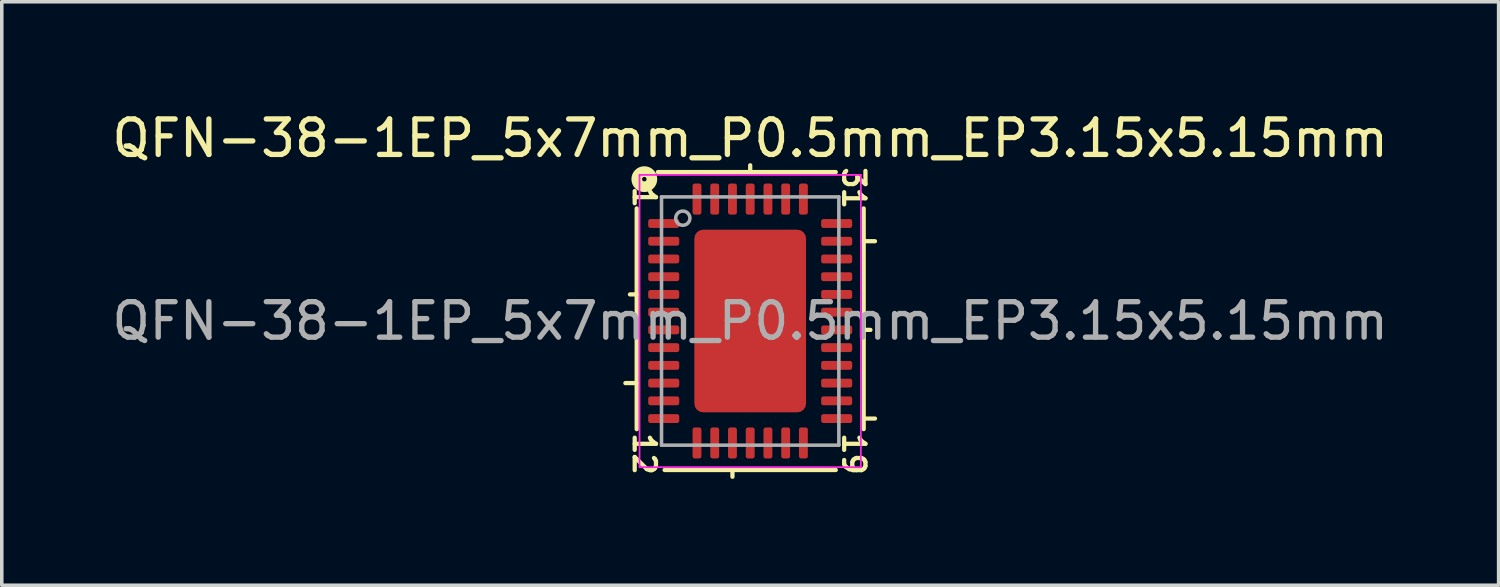
<source format=kicad_pcb>
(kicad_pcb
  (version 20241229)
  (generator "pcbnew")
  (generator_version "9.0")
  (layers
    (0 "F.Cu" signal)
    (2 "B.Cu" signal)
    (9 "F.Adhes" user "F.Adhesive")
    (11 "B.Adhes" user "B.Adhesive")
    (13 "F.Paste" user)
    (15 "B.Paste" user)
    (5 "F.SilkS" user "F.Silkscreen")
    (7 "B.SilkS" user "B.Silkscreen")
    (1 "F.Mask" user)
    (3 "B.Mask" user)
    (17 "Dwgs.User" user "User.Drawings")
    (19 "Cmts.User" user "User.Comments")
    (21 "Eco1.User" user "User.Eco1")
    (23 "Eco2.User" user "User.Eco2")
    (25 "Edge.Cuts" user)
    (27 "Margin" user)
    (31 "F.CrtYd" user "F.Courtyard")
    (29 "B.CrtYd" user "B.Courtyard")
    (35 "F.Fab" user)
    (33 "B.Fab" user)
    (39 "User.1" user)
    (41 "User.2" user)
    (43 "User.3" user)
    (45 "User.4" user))
  (footprint "QFN-38-1EP_5x7mm_P0.5mm_EP3.15x5.15mm"
    (layer "F.Cu")
    (at 18.101 6.001)
    (property "Reference" "QFN-38-1EP_5x7mm_P0.5mm_EP3.15x5.15mm" (at 0 -5.152 0) (layer "F.SilkS") (effects (font (size 1 1) (thickness 0.15))))
    (attr smd)
    (fp_line (start -3.2 -3.175) (end -3.2 3.048) (stroke (width 0.12) (type solid)) (layer "F.SilkS"))
    (fp_line (start -3.2 -0.75) (end -3.39 -0.75) (stroke (width 0.12) (type solid)) (layer "F.SilkS"))
    (fp_line (start -3.2 1.75) (end -3.518 1.75) (stroke (width 0.12) (type solid)) (layer "F.SilkS"))
    (fp_line (start -2.413 4.2) (end 2.413 4.2) (stroke (width 0.12) (type solid)) (layer "F.SilkS"))
    (fp_line (start -0.5 4.2) (end -0.5 4.391) (stroke (width 0.12) (type solid)) (layer "F.SilkS"))
    (fp_line (start 0 -4.2) (end 0 -4.391) (stroke (width 0.12) (type solid)) (layer "F.SilkS"))
    (fp_line (start 2.413 -4.2) (end -2.603 -4.2) (stroke (width 0.12) (type solid)) (layer "F.SilkS"))
    (fp_line (start 3.2 -2.25) (end 3.518 -2.25) (stroke (width 0.12) (type solid)) (layer "F.SilkS"))
    (fp_line (start 3.2 0.25) (end 3.39 0.25) (stroke (width 0.12) (type solid)) (layer "F.SilkS"))
    (fp_line (start 3.2 2.75) (end 3.518 2.75) (stroke (width 0.12) (type solid)) (layer "F.SilkS"))
    (fp_line (start 3.2 3.048) (end 3.2 -3.175) (stroke (width 0.12) (type solid)) (layer "F.SilkS"))
    (fp_circle (center -2.985 -4) (end -2.921 -4) (stroke (width 0.3) (type solid)) (fill no) (layer "F.SilkS"))
    (fp_line (start -3.12 -4.12) (end -3.12 4.12) (stroke (width 0.05) (type solid)) (layer "F.CrtYd"))
    (fp_line (start -3.12 4.12) (end 3.12 4.12) (stroke (width 0.05) (type solid)) (layer "F.CrtYd"))
    (fp_line (start 3.12 -4.12) (end -3.12 -4.12) (stroke (width 0.05) (type solid)) (layer "F.CrtYd"))
    (fp_line (start 3.12 4.12) (end 3.12 -4.12) (stroke (width 0.05) (type solid)) (layer "F.CrtYd"))
    (fp_line (start -2.5 -3.5) (end 2.5 -3.5) (stroke (width 0.1) (type solid)) (layer "F.Fab"))
    (fp_line (start -2.5 3.5) (end -2.5 -3.5) (stroke (width 0.1) (type solid)) (layer "F.Fab"))
    (fp_line (start 2.5 -3.5) (end 2.5 3.5) (stroke (width 0.1) (type solid)) (layer "F.Fab"))
    (fp_line (start 2.5 3.5) (end -2.5 3.5) (stroke (width 0.1) (type solid)) (layer "F.Fab"))
    (fp_circle (center -1.9 -2.9) (end -1.7 -2.9) (stroke (width 0.1) (type solid)) (fill no) (layer "F.Fab"))
    (fp_text user "19" (at 2.921 3.747 270) (unlocked yes) (layer "F.SilkS") (effects (font (size 0.6 0.6) (thickness 0.12))))
    (fp_text user "31" (at 2.921 -3.747 270) (unlocked yes) (layer "F.SilkS") (effects (font (size 0.6 0.6) (thickness 0.12))))
    (fp_text user "12" (at -2.985 3.747 270) (unlocked yes) (layer "F.SilkS") (effects (font (size 0.6 0.6) (thickness 0.12))))
    (fp_text user "1" (at -2.985 -3.493 270) (unlocked yes) (layer "F.SilkS") (effects (font (size 0.6 0.6) (thickness 0.12))))
    (fp_text user "${REFERENCE}" (at 0 0 0) (layer "F.Fab") (effects (font (size 1 1) (thickness 0.15))))
    (pad "" smd roundrect (at -1.05 -2.06) (size 0.85 0.83) (layers "F.Paste") (roundrect_rratio 0.25))
    (pad "" smd roundrect (at -1.05 -1.03) (size 0.85 0.83) (layers "F.Paste") (roundrect_rratio 0.25))
    (pad "" smd roundrect (at -1.05 0) (size 0.85 0.83) (layers "F.Paste") (roundrect_rratio 0.25))
    (pad "" smd roundrect (at -1.05 1.03) (size 0.85 0.83) (layers "F.Paste") (roundrect_rratio 0.25))
    (pad "" smd roundrect (at -1.05 2.06) (size 0.85 0.83) (layers "F.Paste") (roundrect_rratio 0.25))
    (pad "" smd roundrect (at 0 -2.06) (size 0.85 0.83) (layers "F.Paste") (roundrect_rratio 0.25))
    (pad "" smd roundrect (at 0 -1.03) (size 0.85 0.83) (layers "F.Paste") (roundrect_rratio 0.25))
    (pad "" smd roundrect (at 0 0) (size 0.85 0.83) (layers "F.Paste") (roundrect_rratio 0.25))
    (pad "" smd roundrect (at 0 1.03) (size 0.85 0.83) (layers "F.Paste") (roundrect_rratio 0.25))
    (pad "" smd roundrect (at 0 2.06) (size 0.85 0.83) (layers "F.Paste") (roundrect_rratio 0.25))
    (pad "" smd roundrect (at 1.05 -2.06) (size 0.85 0.83) (layers "F.Paste") (roundrect_rratio 0.25))
    (pad "" smd roundrect (at 1.05 -1.03) (size 0.85 0.83) (layers "F.Paste") (roundrect_rratio 0.25))
    (pad "" smd roundrect (at 1.05 0) (size 0.85 0.83) (layers "F.Paste") (roundrect_rratio 0.25))
    (pad "" smd roundrect (at 1.05 1.03) (size 0.85 0.83) (layers "F.Paste") (roundrect_rratio 0.25))
    (pad "" smd roundrect (at 1.05 2.06) (size 0.85 0.83) (layers "F.Paste") (roundrect_rratio 0.25))
    (pad "1" smd roundrect (at -2.438 -2.75) (size 0.875 0.25) (layers "F.Cu" "F.Mask" "F.Paste") (roundrect_rratio 0.25))
    (pad "2" smd roundrect (at -2.438 -2.25) (size 0.875 0.25) (layers "F.Cu" "F.Mask" "F.Paste") (roundrect_rratio 0.25))
    (pad "3" smd roundrect (at -2.438 -1.75) (size 0.875 0.25) (layers "F.Cu" "F.Mask" "F.Paste") (roundrect_rratio 0.25))
    (pad "4" smd roundrect (at -2.438 -1.25) (size 0.875 0.25) (layers "F.Cu" "F.Mask" "F.Paste") (roundrect_rratio 0.25))
    (pad "5" smd roundrect (at -2.438 -0.75) (size 0.875 0.25) (layers "F.Cu" "F.Mask" "F.Paste") (roundrect_rratio 0.25))
    (pad "6" smd roundrect (at -2.438 -0.25) (size 0.875 0.25) (layers "F.Cu" "F.Mask" "F.Paste") (roundrect_rratio 0.25))
    (pad "7" smd roundrect (at -2.438 0.25) (size 0.875 0.25) (layers "F.Cu" "F.Mask" "F.Paste") (roundrect_rratio 0.25))
    (pad "8" smd roundrect (at -2.438 0.75) (size 0.875 0.25) (layers "F.Cu" "F.Mask" "F.Paste") (roundrect_rratio 0.25))
    (pad "9" smd roundrect (at -2.438 1.25) (size 0.875 0.25) (layers "F.Cu" "F.Mask" "F.Paste") (roundrect_rratio 0.25))
    (pad "10" smd roundrect (at -2.438 1.75) (size 0.875 0.25) (layers "F.Cu" "F.Mask" "F.Paste") (roundrect_rratio 0.25))
    (pad "11" smd roundrect (at -2.438 2.25) (size 0.875 0.25) (layers "F.Cu" "F.Mask" "F.Paste") (roundrect_rratio 0.25))
    (pad "12" smd roundrect (at -2.438 2.75) (size 0.875 0.25) (layers "F.Cu" "F.Mask" "F.Paste") (roundrect_rratio 0.25))
    (pad "13" smd roundrect (at -1.5 3.438) (size 0.25 0.875) (layers "F.Cu" "F.Mask" "F.Paste") (roundrect_rratio 0.25))
    (pad "14" smd roundrect (at -1 3.438) (size 0.25 0.875) (layers "F.Cu" "F.Mask" "F.Paste") (roundrect_rratio 0.25))
    (pad "15" smd roundrect (at -0.5 3.438) (size 0.25 0.875) (layers "F.Cu" "F.Mask" "F.Paste") (roundrect_rratio 0.25))
    (pad "16" smd roundrect (at 0 3.438) (size 0.25 0.875) (layers "F.Cu" "F.Mask" "F.Paste") (roundrect_rratio 0.25))
    (pad "17" smd roundrect (at 0.5 3.438) (size 0.25 0.875) (layers "F.Cu" "F.Mask" "F.Paste") (roundrect_rratio 0.25))
    (pad "18" smd roundrect (at 1 3.438) (size 0.25 0.875) (layers "F.Cu" "F.Mask" "F.Paste") (roundrect_rratio 0.25))
    (pad "19" smd roundrect (at 1.5 3.438) (size 0.25 0.875) (layers "F.Cu" "F.Mask" "F.Paste") (roundrect_rratio 0.25))
    (pad "20" smd roundrect (at 2.438 2.75) (size 0.875 0.25) (layers "F.Cu" "F.Mask" "F.Paste") (roundrect_rratio 0.25))
    (pad "21" smd roundrect (at 2.438 2.25) (size 0.875 0.25) (layers "F.Cu" "F.Mask" "F.Paste") (roundrect_rratio 0.25))
    (pad "22" smd roundrect (at 2.438 1.75) (size 0.875 0.25) (layers "F.Cu" "F.Mask" "F.Paste") (roundrect_rratio 0.25))
    (pad "23" smd roundrect (at 2.438 1.25) (size 0.875 0.25) (layers "F.Cu" "F.Mask" "F.Paste") (roundrect_rratio 0.25))
    (pad "24" smd roundrect (at 2.438 0.75) (size 0.875 0.25) (layers "F.Cu" "F.Mask" "F.Paste") (roundrect_rratio 0.25))
    (pad "25" smd roundrect (at 2.438 0.25) (size 0.875 0.25) (layers "F.Cu" "F.Mask" "F.Paste") (roundrect_rratio 0.25))
    (pad "26" smd roundrect (at 2.438 -0.25) (size 0.875 0.25) (layers "F.Cu" "F.Mask" "F.Paste") (roundrect_rratio 0.25))
    (pad "27" smd roundrect (at 2.438 -0.75) (size 0.875 0.25) (layers "F.Cu" "F.Mask" "F.Paste") (roundrect_rratio 0.25))
    (pad "28" smd roundrect (at 2.438 -1.25) (size 0.875 0.25) (layers "F.Cu" "F.Mask" "F.Paste") (roundrect_rratio 0.25))
    (pad "29" smd roundrect (at 2.438 -1.75) (size 0.875 0.25) (layers "F.Cu" "F.Mask" "F.Paste") (roundrect_rratio 0.25))
    (pad "30" smd roundrect (at 2.438 -2.25) (size 0.875 0.25) (layers "F.Cu" "F.Mask" "F.Paste") (roundrect_rratio 0.25))
    (pad "31" smd roundrect (at 2.438 -2.75) (size 0.875 0.25) (layers "F.Cu" "F.Mask" "F.Paste") (roundrect_rratio 0.25))
    (pad "32" smd roundrect (at 1.5 -3.438) (size 0.25 0.875) (layers "F.Cu" "F.Mask" "F.Paste") (roundrect_rratio 0.25))
    (pad "33" smd roundrect (at 1 -3.438) (size 0.25 0.875) (layers "F.Cu" "F.Mask" "F.Paste") (roundrect_rratio 0.25))
    (pad "34" smd roundrect (at 0.5 -3.438) (size 0.25 0.875) (layers "F.Cu" "F.Mask" "F.Paste") (roundrect_rratio 0.25))
    (pad "35" smd roundrect (at 0 -3.438) (size 0.25 0.875) (layers "F.Cu" "F.Mask" "F.Paste") (roundrect_rratio 0.25))
    (pad "36" smd roundrect (at -0.5 -3.438) (size 0.25 0.875) (layers "F.Cu" "F.Mask" "F.Paste") (roundrect_rratio 0.25))
    (pad "37" smd roundrect (at -1 -3.438) (size 0.25 0.875) (layers "F.Cu" "F.Mask" "F.Paste") (roundrect_rratio 0.25))
    (pad "38" smd roundrect (at -1.5 -3.438) (size 0.25 0.875) (layers "F.Cu" "F.Mask" "F.Paste") (roundrect_rratio 0.25))
    (pad "39" smd roundrect (at 0 0) (size 3.15 5.15) (layers "F.Cu" "F.Mask") (roundrect_rratio 0.079)))
  (gr_rect
    (start -3 -3)
    (end 39.202 13.451)
    (stroke (width 0.1) (type default))
    (fill no)
    (layer "Edge.Cuts")))
</source>
